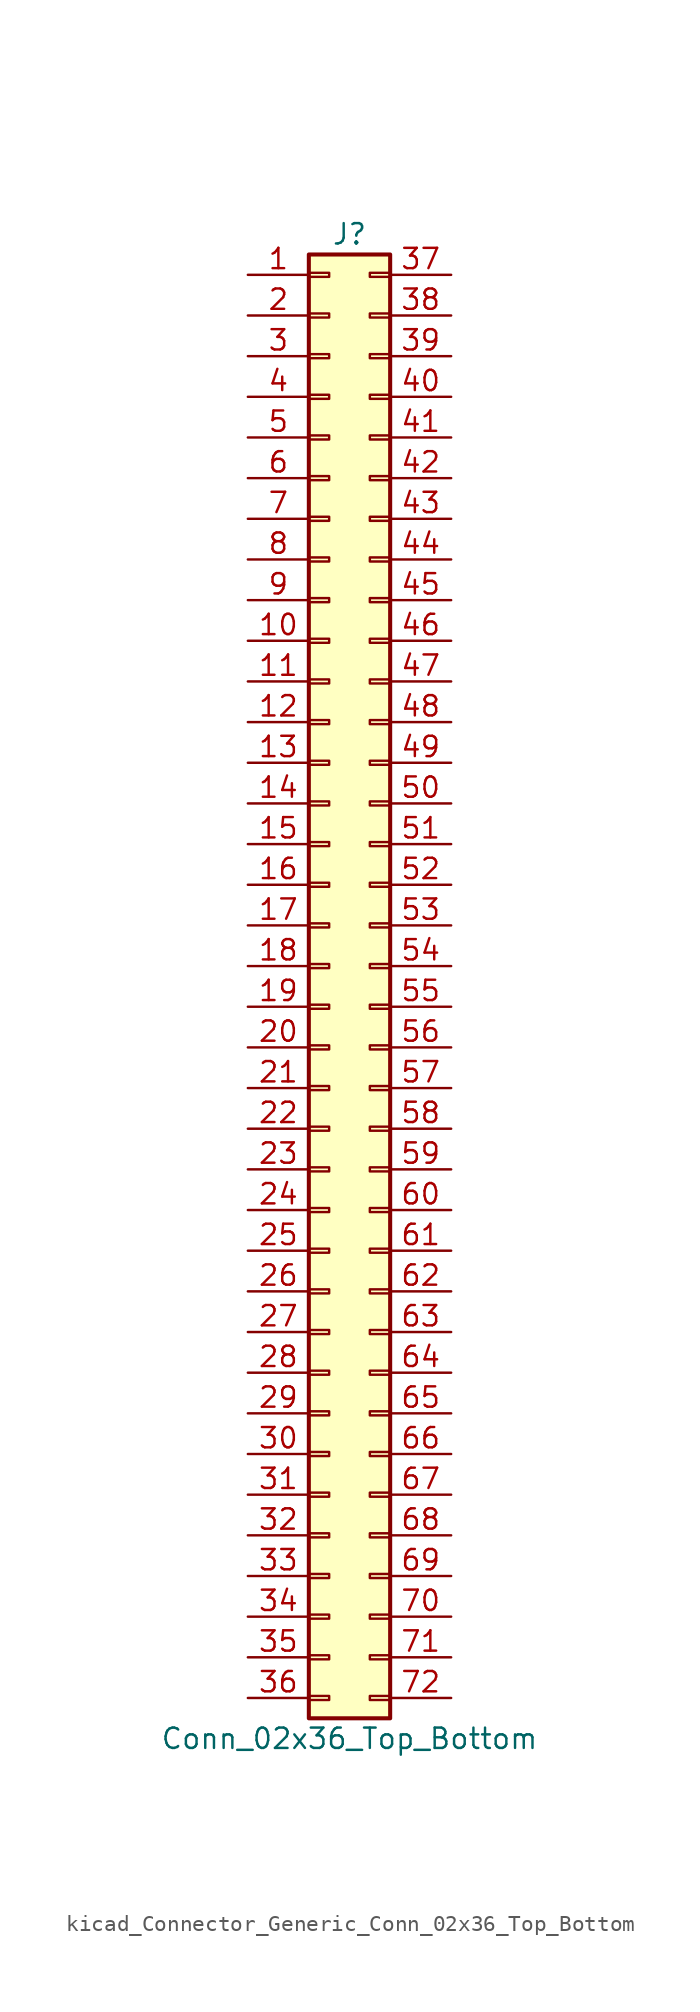
<source format=kicad_sym>
(kicad_symbol_lib
  (version 20220914)
  (generator kicad_symbol_editor)
  (symbol "kicad_Connector_Generic_Conn_02x36_Top_Bottom"
    (pin_names
      (offset 1.016) hide)
    (property "Reference" "J"
      (at 1.27 45.72 0)
      (effects (font (size 1.27 1.27))))
    (property "Value" "Conn_02x36_Top_Bottom"
      (at 1.27 -48.26 0)
      (effects (font (size 1.27 1.27))))
    (symbol "kicad_Connector_Generic_Conn_02x36_Top_Bottom_1_1"
      (rectangle (start -1.27 -45.593) (end 0 -45.847) (stroke (width 0.152) (type default)) (fill (type none)))
      (rectangle (start -1.27 -43.053) (end 0 -43.307) (stroke (width 0.152) (type default)) (fill (type none)))
      (rectangle (start -1.27 -40.513) (end 0 -40.767) (stroke (width 0.152) (type default)) (fill (type none)))
      (rectangle (start -1.27 -37.973) (end 0 -38.227) (stroke (width 0.152) (type default)) (fill (type none)))
      (rectangle (start -1.27 -35.433) (end 0 -35.687) (stroke (width 0.152) (type default)) (fill (type none)))
      (rectangle (start -1.27 -32.893) (end 0 -33.147) (stroke (width 0.152) (type default)) (fill (type none)))
      (rectangle (start -1.27 -30.353) (end 0 -30.607) (stroke (width 0.152) (type default)) (fill (type none)))
      (rectangle (start -1.27 -27.813) (end 0 -28.067) (stroke (width 0.152) (type default)) (fill (type none)))
      (rectangle (start -1.27 -25.273) (end 0 -25.527) (stroke (width 0.152) (type default)) (fill (type none)))
      (rectangle (start -1.27 -22.733) (end 0 -22.987) (stroke (width 0.152) (type default)) (fill (type none)))
      (rectangle (start -1.27 -20.193) (end 0 -20.447) (stroke (width 0.152) (type default)) (fill (type none)))
      (rectangle (start -1.27 -17.653) (end 0 -17.907) (stroke (width 0.152) (type default)) (fill (type none)))
      (rectangle (start -1.27 -15.113) (end 0 -15.367) (stroke (width 0.152) (type default)) (fill (type none)))
      (rectangle (start -1.27 -12.573) (end 0 -12.827) (stroke (width 0.152) (type default)) (fill (type none)))
      (rectangle (start -1.27 -10.033) (end 0 -10.287) (stroke (width 0.152) (type default)) (fill (type none)))
      (rectangle (start -1.27 -7.493) (end 0 -7.747) (stroke (width 0.152) (type default)) (fill (type none)))
      (rectangle (start -1.27 -4.953) (end 0 -5.207) (stroke (width 0.152) (type default)) (fill (type none)))
      (rectangle (start -1.27 -2.413) (end 0 -2.667) (stroke (width 0.152) (type default)) (fill (type none)))
      (rectangle (start -1.27 0.127) (end 0 -0.127) (stroke (width 0.152) (type default)) (fill (type none)))
      (rectangle (start -1.27 2.667) (end 0 2.413) (stroke (width 0.152) (type default)) (fill (type none)))
      (rectangle (start -1.27 5.207) (end 0 4.953) (stroke (width 0.152) (type default)) (fill (type none)))
      (rectangle (start -1.27 7.747) (end 0 7.493) (stroke (width 0.152) (type default)) (fill (type none)))
      (rectangle (start -1.27 10.287) (end 0 10.033) (stroke (width 0.152) (type default)) (fill (type none)))
      (rectangle (start -1.27 12.827) (end 0 12.573) (stroke (width 0.152) (type default)) (fill (type none)))
      (rectangle (start -1.27 15.367) (end 0 15.113) (stroke (width 0.152) (type default)) (fill (type none)))
      (rectangle (start -1.27 17.907) (end 0 17.653) (stroke (width 0.152) (type default)) (fill (type none)))
      (rectangle (start -1.27 20.447) (end 0 20.193) (stroke (width 0.152) (type default)) (fill (type none)))
      (rectangle (start -1.27 22.987) (end 0 22.733) (stroke (width 0.152) (type default)) (fill (type none)))
      (rectangle (start -1.27 25.527) (end 0 25.273) (stroke (width 0.152) (type default)) (fill (type none)))
      (rectangle (start -1.27 28.067) (end 0 27.813) (stroke (width 0.152) (type default)) (fill (type none)))
      (rectangle (start -1.27 30.607) (end 0 30.353) (stroke (width 0.152) (type default)) (fill (type none)))
      (rectangle (start -1.27 33.147) (end 0 32.893) (stroke (width 0.152) (type default)) (fill (type none)))
      (rectangle (start -1.27 35.687) (end 0 35.433) (stroke (width 0.152) (type default)) (fill (type none)))
      (rectangle (start -1.27 38.227) (end 0 37.973) (stroke (width 0.152) (type default)) (fill (type none)))
      (rectangle (start -1.27 40.767) (end 0 40.513) (stroke (width 0.152) (type default)) (fill (type none)))
      (rectangle (start -1.27 43.307) (end 0 43.053) (stroke (width 0.152) (type default)) (fill (type none)))
      (rectangle (start -1.27 44.45) (end 3.81 -46.99) (stroke (width 0.254) (type default)) (fill (type background)))
      (rectangle (start 3.81 -45.593) (end 2.54 -45.847) (stroke (width 0.152) (type default)) (fill (type none)))
      (rectangle (start 3.81 -43.053) (end 2.54 -43.307) (stroke (width 0.152) (type default)) (fill (type none)))
      (rectangle (start 3.81 -40.513) (end 2.54 -40.767) (stroke (width 0.152) (type default)) (fill (type none)))
      (rectangle (start 3.81 -37.973) (end 2.54 -38.227) (stroke (width 0.152) (type default)) (fill (type none)))
      (rectangle (start 3.81 -35.433) (end 2.54 -35.687) (stroke (width 0.152) (type default)) (fill (type none)))
      (rectangle (start 3.81 -32.893) (end 2.54 -33.147) (stroke (width 0.152) (type default)) (fill (type none)))
      (rectangle (start 3.81 -30.353) (end 2.54 -30.607) (stroke (width 0.152) (type default)) (fill (type none)))
      (rectangle (start 3.81 -27.813) (end 2.54 -28.067) (stroke (width 0.152) (type default)) (fill (type none)))
      (rectangle (start 3.81 -25.273) (end 2.54 -25.527) (stroke (width 0.152) (type default)) (fill (type none)))
      (rectangle (start 3.81 -22.733) (end 2.54 -22.987) (stroke (width 0.152) (type default)) (fill (type none)))
      (rectangle (start 3.81 -20.193) (end 2.54 -20.447) (stroke (width 0.152) (type default)) (fill (type none)))
      (rectangle (start 3.81 -17.653) (end 2.54 -17.907) (stroke (width 0.152) (type default)) (fill (type none)))
      (rectangle (start 3.81 -15.113) (end 2.54 -15.367) (stroke (width 0.152) (type default)) (fill (type none)))
      (rectangle (start 3.81 -12.573) (end 2.54 -12.827) (stroke (width 0.152) (type default)) (fill (type none)))
      (rectangle (start 3.81 -10.033) (end 2.54 -10.287) (stroke (width 0.152) (type default)) (fill (type none)))
      (rectangle (start 3.81 -7.493) (end 2.54 -7.747) (stroke (width 0.152) (type default)) (fill (type none)))
      (rectangle (start 3.81 -4.953) (end 2.54 -5.207) (stroke (width 0.152) (type default)) (fill (type none)))
      (rectangle (start 3.81 -2.413) (end 2.54 -2.667) (stroke (width 0.152) (type default)) (fill (type none)))
      (rectangle (start 3.81 0.127) (end 2.54 -0.127) (stroke (width 0.152) (type default)) (fill (type none)))
      (rectangle (start 3.81 2.667) (end 2.54 2.413) (stroke (width 0.152) (type default)) (fill (type none)))
      (rectangle (start 3.81 5.207) (end 2.54 4.953) (stroke (width 0.152) (type default)) (fill (type none)))
      (rectangle (start 3.81 7.747) (end 2.54 7.493) (stroke (width 0.152) (type default)) (fill (type none)))
      (rectangle (start 3.81 10.287) (end 2.54 10.033) (stroke (width 0.152) (type default)) (fill (type none)))
      (rectangle (start 3.81 12.827) (end 2.54 12.573) (stroke (width 0.152) (type default)) (fill (type none)))
      (rectangle (start 3.81 15.367) (end 2.54 15.113) (stroke (width 0.152) (type default)) (fill (type none)))
      (rectangle (start 3.81 17.907) (end 2.54 17.653) (stroke (width 0.152) (type default)) (fill (type none)))
      (rectangle (start 3.81 20.447) (end 2.54 20.193) (stroke (width 0.152) (type default)) (fill (type none)))
      (rectangle (start 3.81 22.987) (end 2.54 22.733) (stroke (width 0.152) (type default)) (fill (type none)))
      (rectangle (start 3.81 25.527) (end 2.54 25.273) (stroke (width 0.152) (type default)) (fill (type none)))
      (rectangle (start 3.81 28.067) (end 2.54 27.813) (stroke (width 0.152) (type default)) (fill (type none)))
      (rectangle (start 3.81 30.607) (end 2.54 30.353) (stroke (width 0.152) (type default)) (fill (type none)))
      (rectangle (start 3.81 33.147) (end 2.54 32.893) (stroke (width 0.152) (type default)) (fill (type none)))
      (rectangle (start 3.81 35.687) (end 2.54 35.433) (stroke (width 0.152) (type default)) (fill (type none)))
      (rectangle (start 3.81 38.227) (end 2.54 37.973) (stroke (width 0.152) (type default)) (fill (type none)))
      (rectangle (start 3.81 40.767) (end 2.54 40.513) (stroke (width 0.152) (type default)) (fill (type none)))
      (rectangle (start 3.81 43.307) (end 2.54 43.053) (stroke (width 0.152) (type default)) (fill (type none)))
      (pin passive line (at -5.08 43.18 0) (length 3.81) (name "Pin_1" (effects (font (size 1.27 1.27)))) (number "1" (effects (font (size 1.27 1.27)))))
      (pin passive line (at -5.08 20.32 0) (length 3.81) (name "Pin_10" (effects (font (size 1.27 1.27)))) (number "10" (effects (font (size 1.27 1.27)))))
      (pin passive line (at -5.08 17.78 0) (length 3.81) (name "Pin_11" (effects (font (size 1.27 1.27)))) (number "11" (effects (font (size 1.27 1.27)))))
      (pin passive line (at -5.08 15.24 0) (length 3.81) (name "Pin_12" (effects (font (size 1.27 1.27)))) (number "12" (effects (font (size 1.27 1.27)))))
      (pin passive line (at -5.08 12.7 0) (length 3.81) (name "Pin_13" (effects (font (size 1.27 1.27)))) (number "13" (effects (font (size 1.27 1.27)))))
      (pin passive line (at -5.08 10.16 0) (length 3.81) (name "Pin_14" (effects (font (size 1.27 1.27)))) (number "14" (effects (font (size 1.27 1.27)))))
      (pin passive line (at -5.08 7.62 0) (length 3.81) (name "Pin_15" (effects (font (size 1.27 1.27)))) (number "15" (effects (font (size 1.27 1.27)))))
      (pin passive line (at -5.08 5.08 0) (length 3.81) (name "Pin_16" (effects (font (size 1.27 1.27)))) (number "16" (effects (font (size 1.27 1.27)))))
      (pin passive line (at -5.08 2.54 0) (length 3.81) (name "Pin_17" (effects (font (size 1.27 1.27)))) (number "17" (effects (font (size 1.27 1.27)))))
      (pin passive line (at -5.08 0 0) (length 3.81) (name "Pin_18" (effects (font (size 1.27 1.27)))) (number "18" (effects (font (size 1.27 1.27)))))
      (pin passive line (at -5.08 -2.54 0) (length 3.81) (name "Pin_19" (effects (font (size 1.27 1.27)))) (number "19" (effects (font (size 1.27 1.27)))))
      (pin passive line (at -5.08 40.64 0) (length 3.81) (name "Pin_2" (effects (font (size 1.27 1.27)))) (number "2" (effects (font (size 1.27 1.27)))))
      (pin passive line (at -5.08 -5.08 0) (length 3.81) (name "Pin_20" (effects (font (size 1.27 1.27)))) (number "20" (effects (font (size 1.27 1.27)))))
      (pin passive line (at -5.08 -7.62 0) (length 3.81) (name "Pin_21" (effects (font (size 1.27 1.27)))) (number "21" (effects (font (size 1.27 1.27)))))
      (pin passive line (at -5.08 -10.16 0) (length 3.81) (name "Pin_22" (effects (font (size 1.27 1.27)))) (number "22" (effects (font (size 1.27 1.27)))))
      (pin passive line (at -5.08 -12.7 0) (length 3.81) (name "Pin_23" (effects (font (size 1.27 1.27)))) (number "23" (effects (font (size 1.27 1.27)))))
      (pin passive line (at -5.08 -15.24 0) (length 3.81) (name "Pin_24" (effects (font (size 1.27 1.27)))) (number "24" (effects (font (size 1.27 1.27)))))
      (pin passive line (at -5.08 -17.78 0) (length 3.81) (name "Pin_25" (effects (font (size 1.27 1.27)))) (number "25" (effects (font (size 1.27 1.27)))))
      (pin passive line (at -5.08 -20.32 0) (length 3.81) (name "Pin_26" (effects (font (size 1.27 1.27)))) (number "26" (effects (font (size 1.27 1.27)))))
      (pin passive line (at -5.08 -22.86 0) (length 3.81) (name "Pin_27" (effects (font (size 1.27 1.27)))) (number "27" (effects (font (size 1.27 1.27)))))
      (pin passive line (at -5.08 -25.4 0) (length 3.81) (name "Pin_28" (effects (font (size 1.27 1.27)))) (number "28" (effects (font (size 1.27 1.27)))))
      (pin passive line (at -5.08 -27.94 0) (length 3.81) (name "Pin_29" (effects (font (size 1.27 1.27)))) (number "29" (effects (font (size 1.27 1.27)))))
      (pin passive line (at -5.08 38.1 0) (length 3.81) (name "Pin_3" (effects (font (size 1.27 1.27)))) (number "3" (effects (font (size 1.27 1.27)))))
      (pin passive line (at -5.08 -30.48 0) (length 3.81) (name "Pin_30" (effects (font (size 1.27 1.27)))) (number "30" (effects (font (size 1.27 1.27)))))
      (pin passive line (at -5.08 -33.02 0) (length 3.81) (name "Pin_31" (effects (font (size 1.27 1.27)))) (number "31" (effects (font (size 1.27 1.27)))))
      (pin passive line (at -5.08 -35.56 0) (length 3.81) (name "Pin_32" (effects (font (size 1.27 1.27)))) (number "32" (effects (font (size 1.27 1.27)))))
      (pin passive line (at -5.08 -38.1 0) (length 3.81) (name "Pin_33" (effects (font (size 1.27 1.27)))) (number "33" (effects (font (size 1.27 1.27)))))
      (pin passive line (at -5.08 -40.64 0) (length 3.81) (name "Pin_34" (effects (font (size 1.27 1.27)))) (number "34" (effects (font (size 1.27 1.27)))))
      (pin passive line (at -5.08 -43.18 0) (length 3.81) (name "Pin_35" (effects (font (size 1.27 1.27)))) (number "35" (effects (font (size 1.27 1.27)))))
      (pin passive line (at -5.08 -45.72 0) (length 3.81) (name "Pin_36" (effects (font (size 1.27 1.27)))) (number "36" (effects (font (size 1.27 1.27)))))
      (pin passive line (at 7.62 43.18 180) (length 3.81) (name "Pin_37" (effects (font (size 1.27 1.27)))) (number "37" (effects (font (size 1.27 1.27)))))
      (pin passive line (at 7.62 40.64 180) (length 3.81) (name "Pin_38" (effects (font (size 1.27 1.27)))) (number "38" (effects (font (size 1.27 1.27)))))
      (pin passive line (at 7.62 38.1 180) (length 3.81) (name "Pin_39" (effects (font (size 1.27 1.27)))) (number "39" (effects (font (size 1.27 1.27)))))
      (pin passive line (at -5.08 35.56 0) (length 3.81) (name "Pin_4" (effects (font (size 1.27 1.27)))) (number "4" (effects (font (size 1.27 1.27)))))
      (pin passive line (at 7.62 35.56 180) (length 3.81) (name "Pin_40" (effects (font (size 1.27 1.27)))) (number "40" (effects (font (size 1.27 1.27)))))
      (pin passive line (at 7.62 33.02 180) (length 3.81) (name "Pin_41" (effects (font (size 1.27 1.27)))) (number "41" (effects (font (size 1.27 1.27)))))
      (pin passive line (at 7.62 30.48 180) (length 3.81) (name "Pin_42" (effects (font (size 1.27 1.27)))) (number "42" (effects (font (size 1.27 1.27)))))
      (pin passive line (at 7.62 27.94 180) (length 3.81) (name "Pin_43" (effects (font (size 1.27 1.27)))) (number "43" (effects (font (size 1.27 1.27)))))
      (pin passive line (at 7.62 25.4 180) (length 3.81) (name "Pin_44" (effects (font (size 1.27 1.27)))) (number "44" (effects (font (size 1.27 1.27)))))
      (pin passive line (at 7.62 22.86 180) (length 3.81) (name "Pin_45" (effects (font (size 1.27 1.27)))) (number "45" (effects (font (size 1.27 1.27)))))
      (pin passive line (at 7.62 20.32 180) (length 3.81) (name "Pin_46" (effects (font (size 1.27 1.27)))) (number "46" (effects (font (size 1.27 1.27)))))
      (pin passive line (at 7.62 17.78 180) (length 3.81) (name "Pin_47" (effects (font (size 1.27 1.27)))) (number "47" (effects (font (size 1.27 1.27)))))
      (pin passive line (at 7.62 15.24 180) (length 3.81) (name "Pin_48" (effects (font (size 1.27 1.27)))) (number "48" (effects (font (size 1.27 1.27)))))
      (pin passive line (at 7.62 12.7 180) (length 3.81) (name "Pin_49" (effects (font (size 1.27 1.27)))) (number "49" (effects (font (size 1.27 1.27)))))
      (pin passive line (at -5.08 33.02 0) (length 3.81) (name "Pin_5" (effects (font (size 1.27 1.27)))) (number "5" (effects (font (size 1.27 1.27)))))
      (pin passive line (at 7.62 10.16 180) (length 3.81) (name "Pin_50" (effects (font (size 1.27 1.27)))) (number "50" (effects (font (size 1.27 1.27)))))
      (pin passive line (at 7.62 7.62 180) (length 3.81) (name "Pin_51" (effects (font (size 1.27 1.27)))) (number "51" (effects (font (size 1.27 1.27)))))
      (pin passive line (at 7.62 5.08 180) (length 3.81) (name "Pin_52" (effects (font (size 1.27 1.27)))) (number "52" (effects (font (size 1.27 1.27)))))
      (pin passive line (at 7.62 2.54 180) (length 3.81) (name "Pin_53" (effects (font (size 1.27 1.27)))) (number "53" (effects (font (size 1.27 1.27)))))
      (pin passive line (at 7.62 0 180) (length 3.81) (name "Pin_54" (effects (font (size 1.27 1.27)))) (number "54" (effects (font (size 1.27 1.27)))))
      (pin passive line (at 7.62 -2.54 180) (length 3.81) (name "Pin_55" (effects (font (size 1.27 1.27)))) (number "55" (effects (font (size 1.27 1.27)))))
      (pin passive line (at 7.62 -5.08 180) (length 3.81) (name "Pin_56" (effects (font (size 1.27 1.27)))) (number "56" (effects (font (size 1.27 1.27)))))
      (pin passive line (at 7.62 -7.62 180) (length 3.81) (name "Pin_57" (effects (font (size 1.27 1.27)))) (number "57" (effects (font (size 1.27 1.27)))))
      (pin passive line (at 7.62 -10.16 180) (length 3.81) (name "Pin_58" (effects (font (size 1.27 1.27)))) (number "58" (effects (font (size 1.27 1.27)))))
      (pin passive line (at 7.62 -12.7 180) (length 3.81) (name "Pin_59" (effects (font (size 1.27 1.27)))) (number "59" (effects (font (size 1.27 1.27)))))
      (pin passive line (at -5.08 30.48 0) (length 3.81) (name "Pin_6" (effects (font (size 1.27 1.27)))) (number "6" (effects (font (size 1.27 1.27)))))
      (pin passive line (at 7.62 -15.24 180) (length 3.81) (name "Pin_60" (effects (font (size 1.27 1.27)))) (number "60" (effects (font (size 1.27 1.27)))))
      (pin passive line (at 7.62 -17.78 180) (length 3.81) (name "Pin_61" (effects (font (size 1.27 1.27)))) (number "61" (effects (font (size 1.27 1.27)))))
      (pin passive line (at 7.62 -20.32 180) (length 3.81) (name "Pin_62" (effects (font (size 1.27 1.27)))) (number "62" (effects (font (size 1.27 1.27)))))
      (pin passive line (at 7.62 -22.86 180) (length 3.81) (name "Pin_63" (effects (font (size 1.27 1.27)))) (number "63" (effects (font (size 1.27 1.27)))))
      (pin passive line (at 7.62 -25.4 180) (length 3.81) (name "Pin_64" (effects (font (size 1.27 1.27)))) (number "64" (effects (font (size 1.27 1.27)))))
      (pin passive line (at 7.62 -27.94 180) (length 3.81) (name "Pin_65" (effects (font (size 1.27 1.27)))) (number "65" (effects (font (size 1.27 1.27)))))
      (pin passive line (at 7.62 -30.48 180) (length 3.81) (name "Pin_66" (effects (font (size 1.27 1.27)))) (number "66" (effects (font (size 1.27 1.27)))))
      (pin passive line (at 7.62 -33.02 180) (length 3.81) (name "Pin_67" (effects (font (size 1.27 1.27)))) (number "67" (effects (font (size 1.27 1.27)))))
      (pin passive line (at 7.62 -35.56 180) (length 3.81) (name "Pin_68" (effects (font (size 1.27 1.27)))) (number "68" (effects (font (size 1.27 1.27)))))
      (pin passive line (at 7.62 -38.1 180) (length 3.81) (name "Pin_69" (effects (font (size 1.27 1.27)))) (number "69" (effects (font (size 1.27 1.27)))))
      (pin passive line (at -5.08 27.94 0) (length 3.81) (name "Pin_7" (effects (font (size 1.27 1.27)))) (number "7" (effects (font (size 1.27 1.27)))))
      (pin passive line (at 7.62 -40.64 180) (length 3.81) (name "Pin_70" (effects (font (size 1.27 1.27)))) (number "70" (effects (font (size 1.27 1.27)))))
      (pin passive line (at 7.62 -43.18 180) (length 3.81) (name "Pin_71" (effects (font (size 1.27 1.27)))) (number "71" (effects (font (size 1.27 1.27)))))
      (pin passive line (at 7.62 -45.72 180) (length 3.81) (name "Pin_72" (effects (font (size 1.27 1.27)))) (number "72" (effects (font (size 1.27 1.27)))))
      (pin passive line (at -5.08 25.4 0) (length 3.81) (name "Pin_8" (effects (font (size 1.27 1.27)))) (number "8" (effects (font (size 1.27 1.27)))))
      (pin passive line (at -5.08 22.86 0) (length 3.81) (name "Pin_9" (effects (font (size 1.27 1.27)))) (number "9" (effects (font (size 1.27 1.27))))))))
</source>
